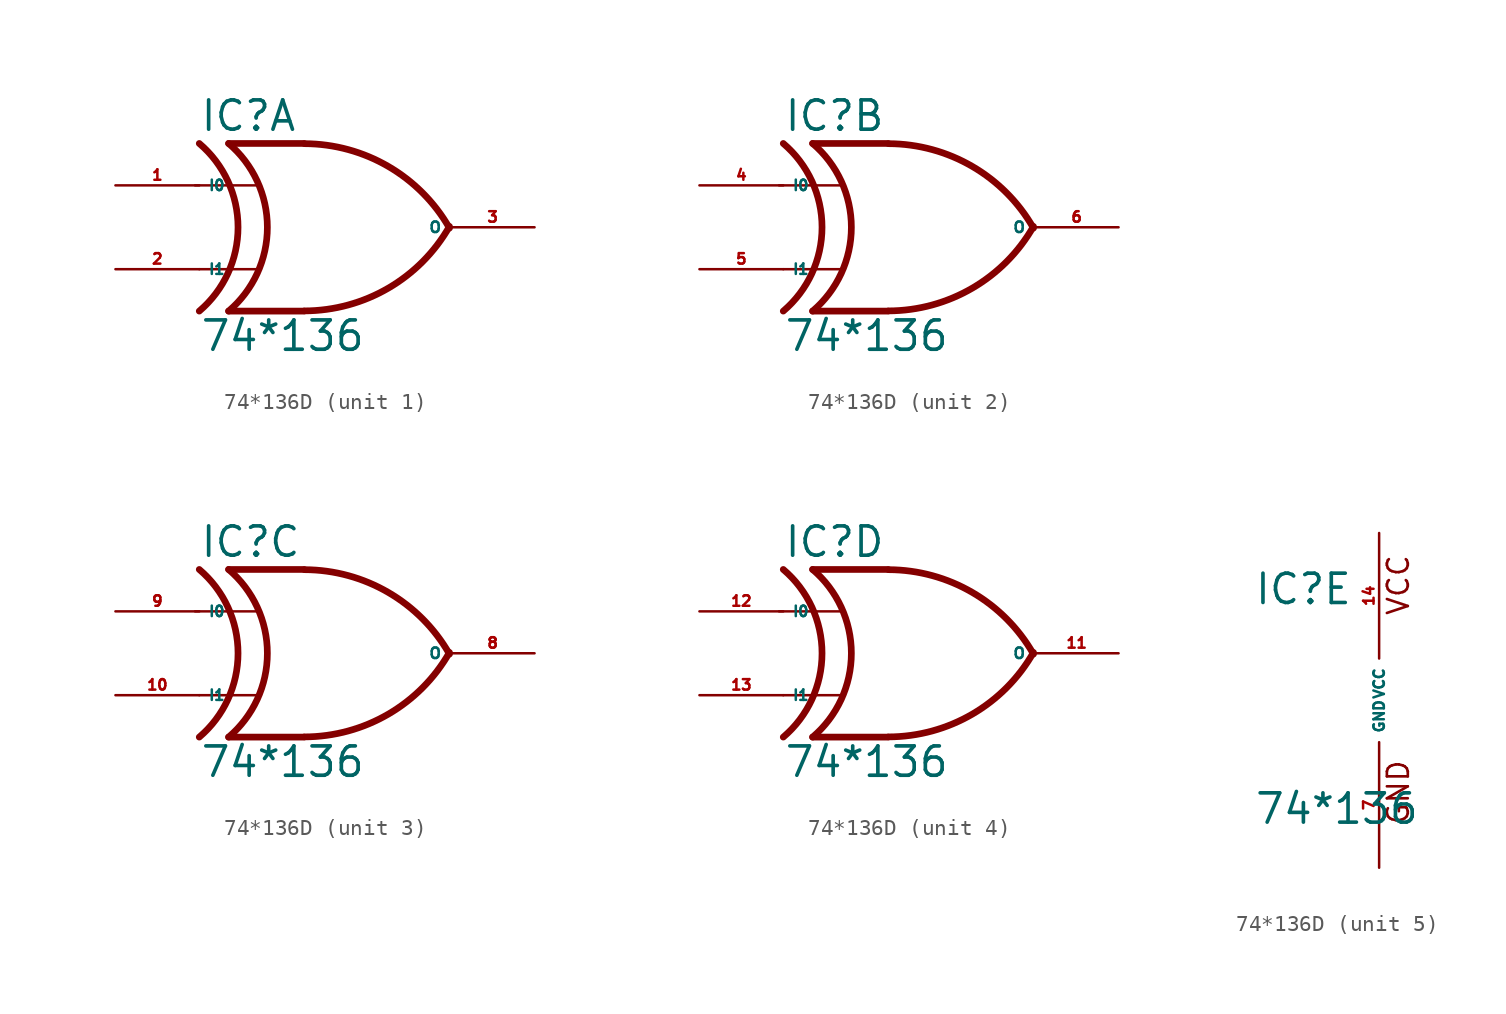
<source format=kicad_sym>
(kicad_symbol_lib
  (version 20220914)
  (generator Eagle2Kicad)
  (symbol "74*136D"
    (property "Reference" "IC"
      (at -7.62 5.715 0)
      (effects (font (size 1.778 1.778) (thickness 0.22)) (justify left bottom)))
    (property "Value" "74*136"
      (at -7.62 -7.62 0)
      (effects (font (size 1.778 1.778) (thickness 0.22)) (justify left bottom)))
    (symbol "74*136D_1_0"
      (polyline (pts (xy -1.27 5.08) (xy -5.842 5.08)) (stroke (width 0.406) (type default)) (fill (type none)))
      (polyline (pts (xy -1.27 -5.08) (xy -5.842 -5.08)) (stroke (width 0.406) (type default)) (fill (type none)))
      (polyline (pts (xy -7.874 2.54) (xy -4.064 2.54)) (stroke (width 0.152) (type default)) (fill (type none)))
      (polyline (pts (xy -7.62 -2.54) (xy -4.064 -2.54)) (stroke (width 0.152) (type default)) (fill (type none)))
      (arc (start -1.2446 -5.0678) (mid 3.837 -3.689) (end 7.5439 0.0507) (stroke (width 0.4064) (type default)) (fill (type none)))
      (arc (start 7.5442 -0.0505) (mid 3.837 3.689) (end -1.2446 5.0678) (stroke (width 0.4064) (type default)) (fill (type none)))
      (arc (start -5.842 -5.08) (mid -3.493 0.000) (end -5.842 5.08) (stroke (width 0.4064) (type default)) (fill (type none)))
      (arc (start -7.62 -5.08) (mid -5.271 0.000) (end -7.62 5.08) (stroke (width 0.4064) (type default)) (fill (type none)))
      (pin input line (at -12.7 2.54 0) (length 5.08) (name "I0" (effects (font (size 0.635 0.635) (thickness 0.08)) (justify left bottom))) (number "1" (effects (font (size 0.635 0.635) (thickness 0.08)) (justify left bottom))))
      (pin input line (at -12.7 -2.54 0) (length 5.08) (name "I1" (effects (font (size 0.635 0.635) (thickness 0.08)) (justify left bottom))) (number "2" (effects (font (size 0.635 0.635) (thickness 0.08)) (justify left bottom))))
      (pin open_collector line (at 12.7 0 180) (length 5.08) (name "O" (effects (font (size 0.635 0.635) (thickness 0.08)) (justify left bottom))) (number "3" (effects (font (size 0.635 0.635) (thickness 0.08)) (justify left bottom)))))
    (symbol "74*136D_2_0"
      (polyline (pts (xy -1.27 5.08) (xy -5.842 5.08)) (stroke (width 0.406) (type default)) (fill (type none)))
      (polyline (pts (xy -1.27 -5.08) (xy -5.842 -5.08)) (stroke (width 0.406) (type default)) (fill (type none)))
      (polyline (pts (xy -7.874 2.54) (xy -4.064 2.54)) (stroke (width 0.152) (type default)) (fill (type none)))
      (polyline (pts (xy -7.62 -2.54) (xy -4.064 -2.54)) (stroke (width 0.152) (type default)) (fill (type none)))
      (arc (start -1.2446 -5.0678) (mid 3.837 -3.689) (end 7.5439 0.0507) (stroke (width 0.4064) (type default)) (fill (type none)))
      (arc (start 7.5442 -0.0505) (mid 3.837 3.689) (end -1.2446 5.0678) (stroke (width 0.4064) (type default)) (fill (type none)))
      (arc (start -5.842 -5.08) (mid -3.493 0.000) (end -5.842 5.08) (stroke (width 0.4064) (type default)) (fill (type none)))
      (arc (start -7.62 -5.08) (mid -5.271 0.000) (end -7.62 5.08) (stroke (width 0.4064) (type default)) (fill (type none)))
      (pin input line (at -12.7 2.54 0) (length 5.08) (name "I0" (effects (font (size 0.635 0.635) (thickness 0.08)) (justify left bottom))) (number "4" (effects (font (size 0.635 0.635) (thickness 0.08)) (justify left bottom))))
      (pin input line (at -12.7 -2.54 0) (length 5.08) (name "I1" (effects (font (size 0.635 0.635) (thickness 0.08)) (justify left bottom))) (number "5" (effects (font (size 0.635 0.635) (thickness 0.08)) (justify left bottom))))
      (pin open_collector line (at 12.7 0 180) (length 5.08) (name "O" (effects (font (size 0.635 0.635) (thickness 0.08)) (justify left bottom))) (number "6" (effects (font (size 0.635 0.635) (thickness 0.08)) (justify left bottom)))))
    (symbol "74*136D_3_0"
      (polyline (pts (xy -1.27 5.08) (xy -5.842 5.08)) (stroke (width 0.406) (type default)) (fill (type none)))
      (polyline (pts (xy -1.27 -5.08) (xy -5.842 -5.08)) (stroke (width 0.406) (type default)) (fill (type none)))
      (polyline (pts (xy -7.874 2.54) (xy -4.064 2.54)) (stroke (width 0.152) (type default)) (fill (type none)))
      (polyline (pts (xy -7.62 -2.54) (xy -4.064 -2.54)) (stroke (width 0.152) (type default)) (fill (type none)))
      (arc (start -1.2446 -5.0678) (mid 3.837 -3.689) (end 7.5439 0.0507) (stroke (width 0.4064) (type default)) (fill (type none)))
      (arc (start 7.5442 -0.0505) (mid 3.837 3.689) (end -1.2446 5.0678) (stroke (width 0.4064) (type default)) (fill (type none)))
      (arc (start -5.842 -5.08) (mid -3.493 0.000) (end -5.842 5.08) (stroke (width 0.4064) (type default)) (fill (type none)))
      (arc (start -7.62 -5.08) (mid -5.271 0.000) (end -7.62 5.08) (stroke (width 0.4064) (type default)) (fill (type none)))
      (pin input line (at -12.7 2.54 0) (length 5.08) (name "I0" (effects (font (size 0.635 0.635) (thickness 0.08)) (justify left bottom))) (number "9" (effects (font (size 0.635 0.635) (thickness 0.08)) (justify left bottom))))
      (pin input line (at -12.7 -2.54 0) (length 5.08) (name "I1" (effects (font (size 0.635 0.635) (thickness 0.08)) (justify left bottom))) (number "10" (effects (font (size 0.635 0.635) (thickness 0.08)) (justify left bottom))))
      (pin open_collector line (at 12.7 0 180) (length 5.08) (name "O" (effects (font (size 0.635 0.635) (thickness 0.08)) (justify left bottom))) (number "8" (effects (font (size 0.635 0.635) (thickness 0.08)) (justify left bottom)))))
    (symbol "74*136D_4_0"
      (polyline (pts (xy -1.27 5.08) (xy -5.842 5.08)) (stroke (width 0.406) (type default)) (fill (type none)))
      (polyline (pts (xy -1.27 -5.08) (xy -5.842 -5.08)) (stroke (width 0.406) (type default)) (fill (type none)))
      (polyline (pts (xy -7.874 2.54) (xy -4.064 2.54)) (stroke (width 0.152) (type default)) (fill (type none)))
      (polyline (pts (xy -7.62 -2.54) (xy -4.064 -2.54)) (stroke (width 0.152) (type default)) (fill (type none)))
      (arc (start -1.2446 -5.0678) (mid 3.837 -3.689) (end 7.5439 0.0507) (stroke (width 0.4064) (type default)) (fill (type none)))
      (arc (start 7.5442 -0.0505) (mid 3.837 3.689) (end -1.2446 5.0678) (stroke (width 0.4064) (type default)) (fill (type none)))
      (arc (start -5.842 -5.08) (mid -3.493 0.000) (end -5.842 5.08) (stroke (width 0.4064) (type default)) (fill (type none)))
      (arc (start -7.62 -5.08) (mid -5.271 0.000) (end -7.62 5.08) (stroke (width 0.4064) (type default)) (fill (type none)))
      (pin input line (at -12.7 2.54 0) (length 5.08) (name "I0" (effects (font (size 0.635 0.635) (thickness 0.08)) (justify left bottom))) (number "12" (effects (font (size 0.635 0.635) (thickness 0.08)) (justify left bottom))))
      (pin input line (at -12.7 -2.54 0) (length 5.08) (name "I1" (effects (font (size 0.635 0.635) (thickness 0.08)) (justify left bottom))) (number "13" (effects (font (size 0.635 0.635) (thickness 0.08)) (justify left bottom))))
      (pin open_collector line (at 12.7 0 180) (length 5.08) (name "O" (effects (font (size 0.635 0.635) (thickness 0.08)) (justify left bottom))) (number "11" (effects (font (size 0.635 0.635) (thickness 0.08)) (justify left bottom)))))
    (symbol "74*136D_5_0"
      (text "GND" (at 1.905 -7.62 900) (effects (font (size 1.27 1.27) (thickness 0.16)) (justify left bottom)))
      (text "VCC" (at 1.905 5.08 900) (effects (font (size 1.27 1.27) (thickness 0.16)) (justify left bottom)))
      (pin unspecified line (at 0 -10.16 90) (length 7.62) (name "GND" (effects (font (size 0.635 0.635) (thickness 0.08)) (justify left bottom))) (number "7" (effects (font (size 0.635 0.635) (thickness 0.08)) (justify left bottom))))
      (pin unspecified line (at 0 10.16 270) (length 7.62) (name "VCC" (effects (font (size 0.635 0.635) (thickness 0.08)) (justify left bottom))) (number "14" (effects (font (size 0.635 0.635) (thickness 0.08)) (justify left bottom)))))))
</source>
